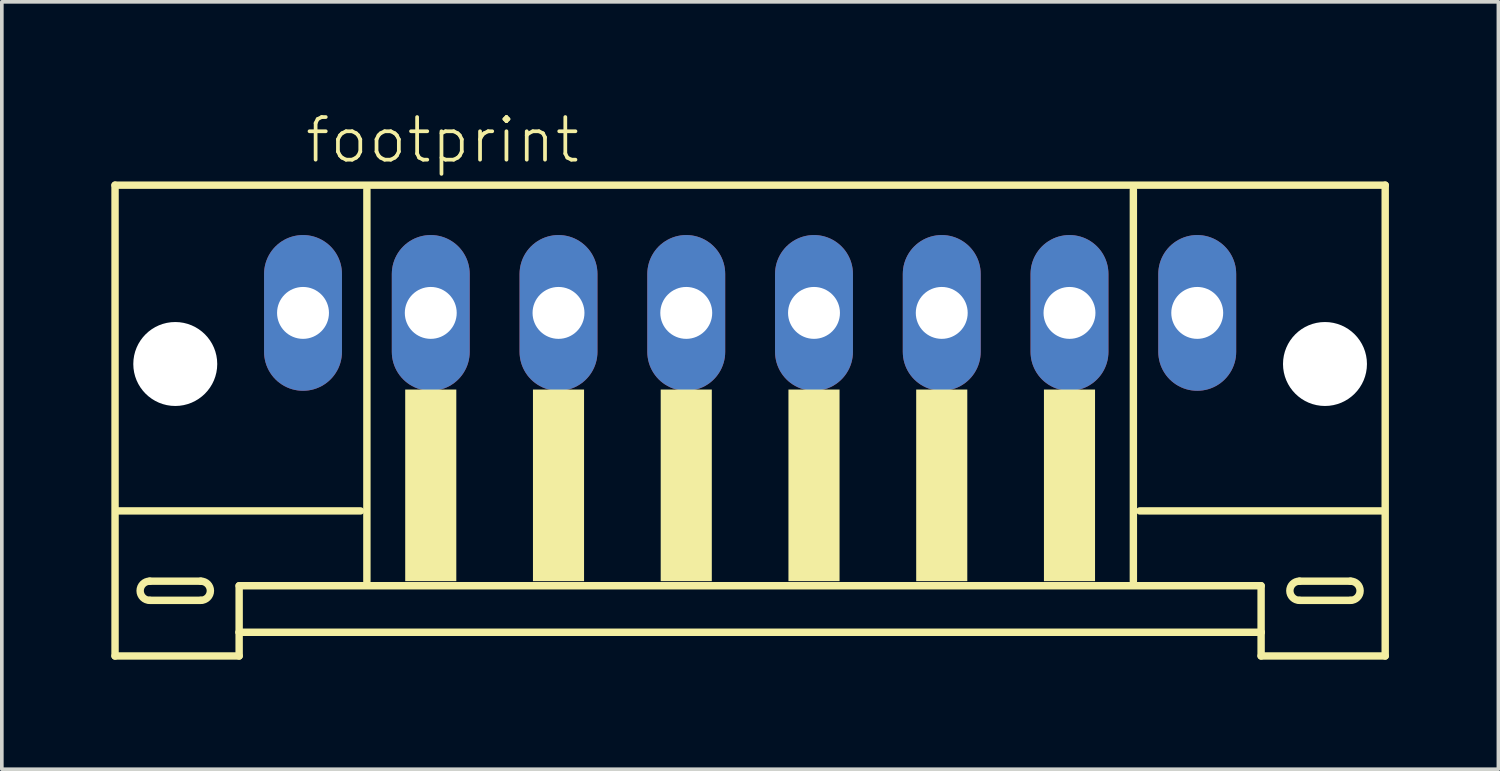
<source format=kicad_pcb>
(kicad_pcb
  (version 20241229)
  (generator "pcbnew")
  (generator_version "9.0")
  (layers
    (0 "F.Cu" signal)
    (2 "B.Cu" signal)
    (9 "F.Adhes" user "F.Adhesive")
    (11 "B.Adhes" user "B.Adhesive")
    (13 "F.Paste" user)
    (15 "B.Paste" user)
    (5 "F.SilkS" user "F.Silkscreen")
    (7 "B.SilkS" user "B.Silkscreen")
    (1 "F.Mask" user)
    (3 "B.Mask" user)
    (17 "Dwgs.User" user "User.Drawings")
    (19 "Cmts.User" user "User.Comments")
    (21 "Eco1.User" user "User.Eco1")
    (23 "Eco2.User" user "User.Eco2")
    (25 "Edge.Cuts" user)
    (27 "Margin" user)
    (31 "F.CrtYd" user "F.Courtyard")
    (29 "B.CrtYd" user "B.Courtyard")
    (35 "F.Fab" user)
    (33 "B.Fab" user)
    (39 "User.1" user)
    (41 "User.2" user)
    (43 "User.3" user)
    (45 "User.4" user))
  (footprint "footprint"
    (layer "F.Cu")
    (at 17.502 7.273)
    (property "Reference" "footprint" (at -12.25 -5.8 0) (layer "F.SilkS") (effects (font (size 1.168 1.168) (thickness 0.102)) (justify left bottom)))
    (fp_line (start -17.4 -5.25) (end -17.4 7.65) (stroke (width 0.203) (type solid)) (layer "F.SilkS"))
    (fp_line (start -17.4 7.65) (end -14 7.65) (stroke (width 0.203) (type solid)) (layer "F.SilkS"))
    (fp_line (start -16.45 5.6) (end -15.05 5.6) (stroke (width 0.203) (type solid)) (layer "F.SilkS"))
    (fp_line (start -15.05 6.125) (end -16.45 6.125) (stroke (width 0.203) (type solid)) (layer "F.SilkS"))
    (fp_line (start -14 5.725) (end 14 5.725) (stroke (width 0.203) (type solid)) (layer "F.SilkS"))
    (fp_line (start -14 7) (end -14 5.725) (stroke (width 0.203) (type solid)) (layer "F.SilkS"))
    (fp_line (start -14 7) (end 14 7) (stroke (width 0.203) (type solid)) (layer "F.SilkS"))
    (fp_line (start -14 7.65) (end -14 7) (stroke (width 0.203) (type solid)) (layer "F.SilkS"))
    (fp_line (start -10.675 3.675) (end -17.325 3.675) (stroke (width 0.203) (type solid)) (layer "F.SilkS"))
    (fp_line (start -10.5 -5.125) (end -10.5 5.6) (stroke (width 0.203) (type solid)) (layer "F.SilkS"))
    (fp_line (start 10.5 5.6) (end 10.5 -5.125) (stroke (width 0.203) (type solid)) (layer "F.SilkS"))
    (fp_line (start 14 5.725) (end 14 7) (stroke (width 0.203) (type solid)) (layer "F.SilkS"))
    (fp_line (start 14 7) (end 14 7.65) (stroke (width 0.203) (type solid)) (layer "F.SilkS"))
    (fp_line (start 14 7.65) (end 17.4 7.65) (stroke (width 0.203) (type solid)) (layer "F.SilkS"))
    (fp_line (start 15.05 5.6) (end 16.45 5.6) (stroke (width 0.203) (type solid)) (layer "F.SilkS"))
    (fp_line (start 16.45 6.125) (end 15.05 6.125) (stroke (width 0.203) (type solid)) (layer "F.SilkS"))
    (fp_line (start 17.325 3.675) (end 10.675 3.675) (stroke (width 0.203) (type solid)) (layer "F.SilkS"))
    (fp_line (start 17.4 -5.25) (end -17.4 -5.25) (stroke (width 0.203) (type solid)) (layer "F.SilkS"))
    (fp_line (start 17.4 7.65) (end 17.4 -5.25) (stroke (width 0.203) (type solid)) (layer "F.SilkS"))
    (fp_arc (start -16.45 6.125) (mid -16.7125 5.8625) (end -16.45 5.6) (stroke (width 0.2032) (type solid)) (layer "F.SilkS"))
    (fp_arc (start -15.05 5.6) (mid -14.7875 5.8625) (end -15.05 6.125) (stroke (width 0.2032) (type solid)) (layer "F.SilkS"))
    (fp_arc (start 15.05 6.125) (mid 14.7875 5.8625) (end 15.05 5.6) (stroke (width 0.2032) (type solid)) (layer "F.SilkS"))
    (fp_arc (start 16.45 5.6) (mid 16.7125 5.8625) (end 16.45 6.125) (stroke (width 0.2032) (type solid)) (layer "F.SilkS"))
    (fp_poly (pts (xy -9.45 5.6) (xy -8.05 5.6) (xy -8.05 0.35) (xy -9.45 0.35)) (stroke (width 0) (type solid)) (fill yes) (layer "F.SilkS"))
    (fp_poly (pts (xy -5.95 5.6) (xy -4.55 5.6) (xy -4.55 0.35) (xy -5.95 0.35)) (stroke (width 0) (type solid)) (fill yes) (layer "F.SilkS"))
    (fp_poly (pts (xy -2.45 5.6) (xy -1.05 5.6) (xy -1.05 0.35) (xy -2.45 0.35)) (stroke (width 0) (type solid)) (fill yes) (layer "F.SilkS"))
    (fp_poly (pts (xy 1.05 5.6) (xy 2.45 5.6) (xy 2.45 0.35) (xy 1.05 0.35)) (stroke (width 0) (type solid)) (fill yes) (layer "F.SilkS"))
    (fp_poly (pts (xy 4.55 5.6) (xy 5.95 5.6) (xy 5.95 0.35) (xy 4.55 0.35)) (stroke (width 0) (type solid)) (fill yes) (layer "F.SilkS"))
    (fp_poly (pts (xy 8.05 5.6) (xy 9.45 5.6) (xy 9.45 0.35) (xy 8.05 0.35)) (stroke (width 0) (type solid)) (fill yes) (layer "F.SilkS"))
    (pad "" np_thru_hole circle (at -15.75 -0.35) (size 2.3 2.3) (drill 2.3) (layers "*.Cu" "*.Mask"))
    (pad "" np_thru_hole circle (at 15.75 -0.35) (size 2.3 2.3) (drill 2.3) (layers "*.Cu" "*.Mask"))
    (pad "1" thru_hole oval (at -12.25 -1.75 90) (size 4.267 2.134) (drill 1.422) (layers "*.Cu" "*.Mask"))
    (pad "2" thru_hole oval (at -8.75 -1.75 90) (size 4.267 2.134) (drill 1.422) (layers "*.Cu" "*.Mask"))
    (pad "3" thru_hole oval (at -5.25 -1.75 90) (size 4.267 2.134) (drill 1.422) (layers "*.Cu" "*.Mask"))
    (pad "4" thru_hole oval (at -1.75 -1.75 90) (size 4.267 2.134) (drill 1.422) (layers "*.Cu" "*.Mask"))
    (pad "5" thru_hole oval (at 1.75 -1.75 90) (size 4.267 2.134) (drill 1.422) (layers "*.Cu" "*.Mask"))
    (pad "6" thru_hole oval (at 5.25 -1.75 90) (size 4.267 2.134) (drill 1.422) (layers "*.Cu" "*.Mask"))
    (pad "7" thru_hole oval (at 8.75 -1.75 90) (size 4.267 2.134) (drill 1.422) (layers "*.Cu" "*.Mask"))
    (pad "8" thru_hole oval (at 12.25 -1.75 90) (size 4.267 2.134) (drill 1.422) (layers "*.Cu" "*.Mask")))
  (gr_rect
    (start -3 -3)
    (end 38.003 18.025)
    (stroke (width 0.1) (type default))
    (fill no)
    (layer "Edge.Cuts")))
</source>
